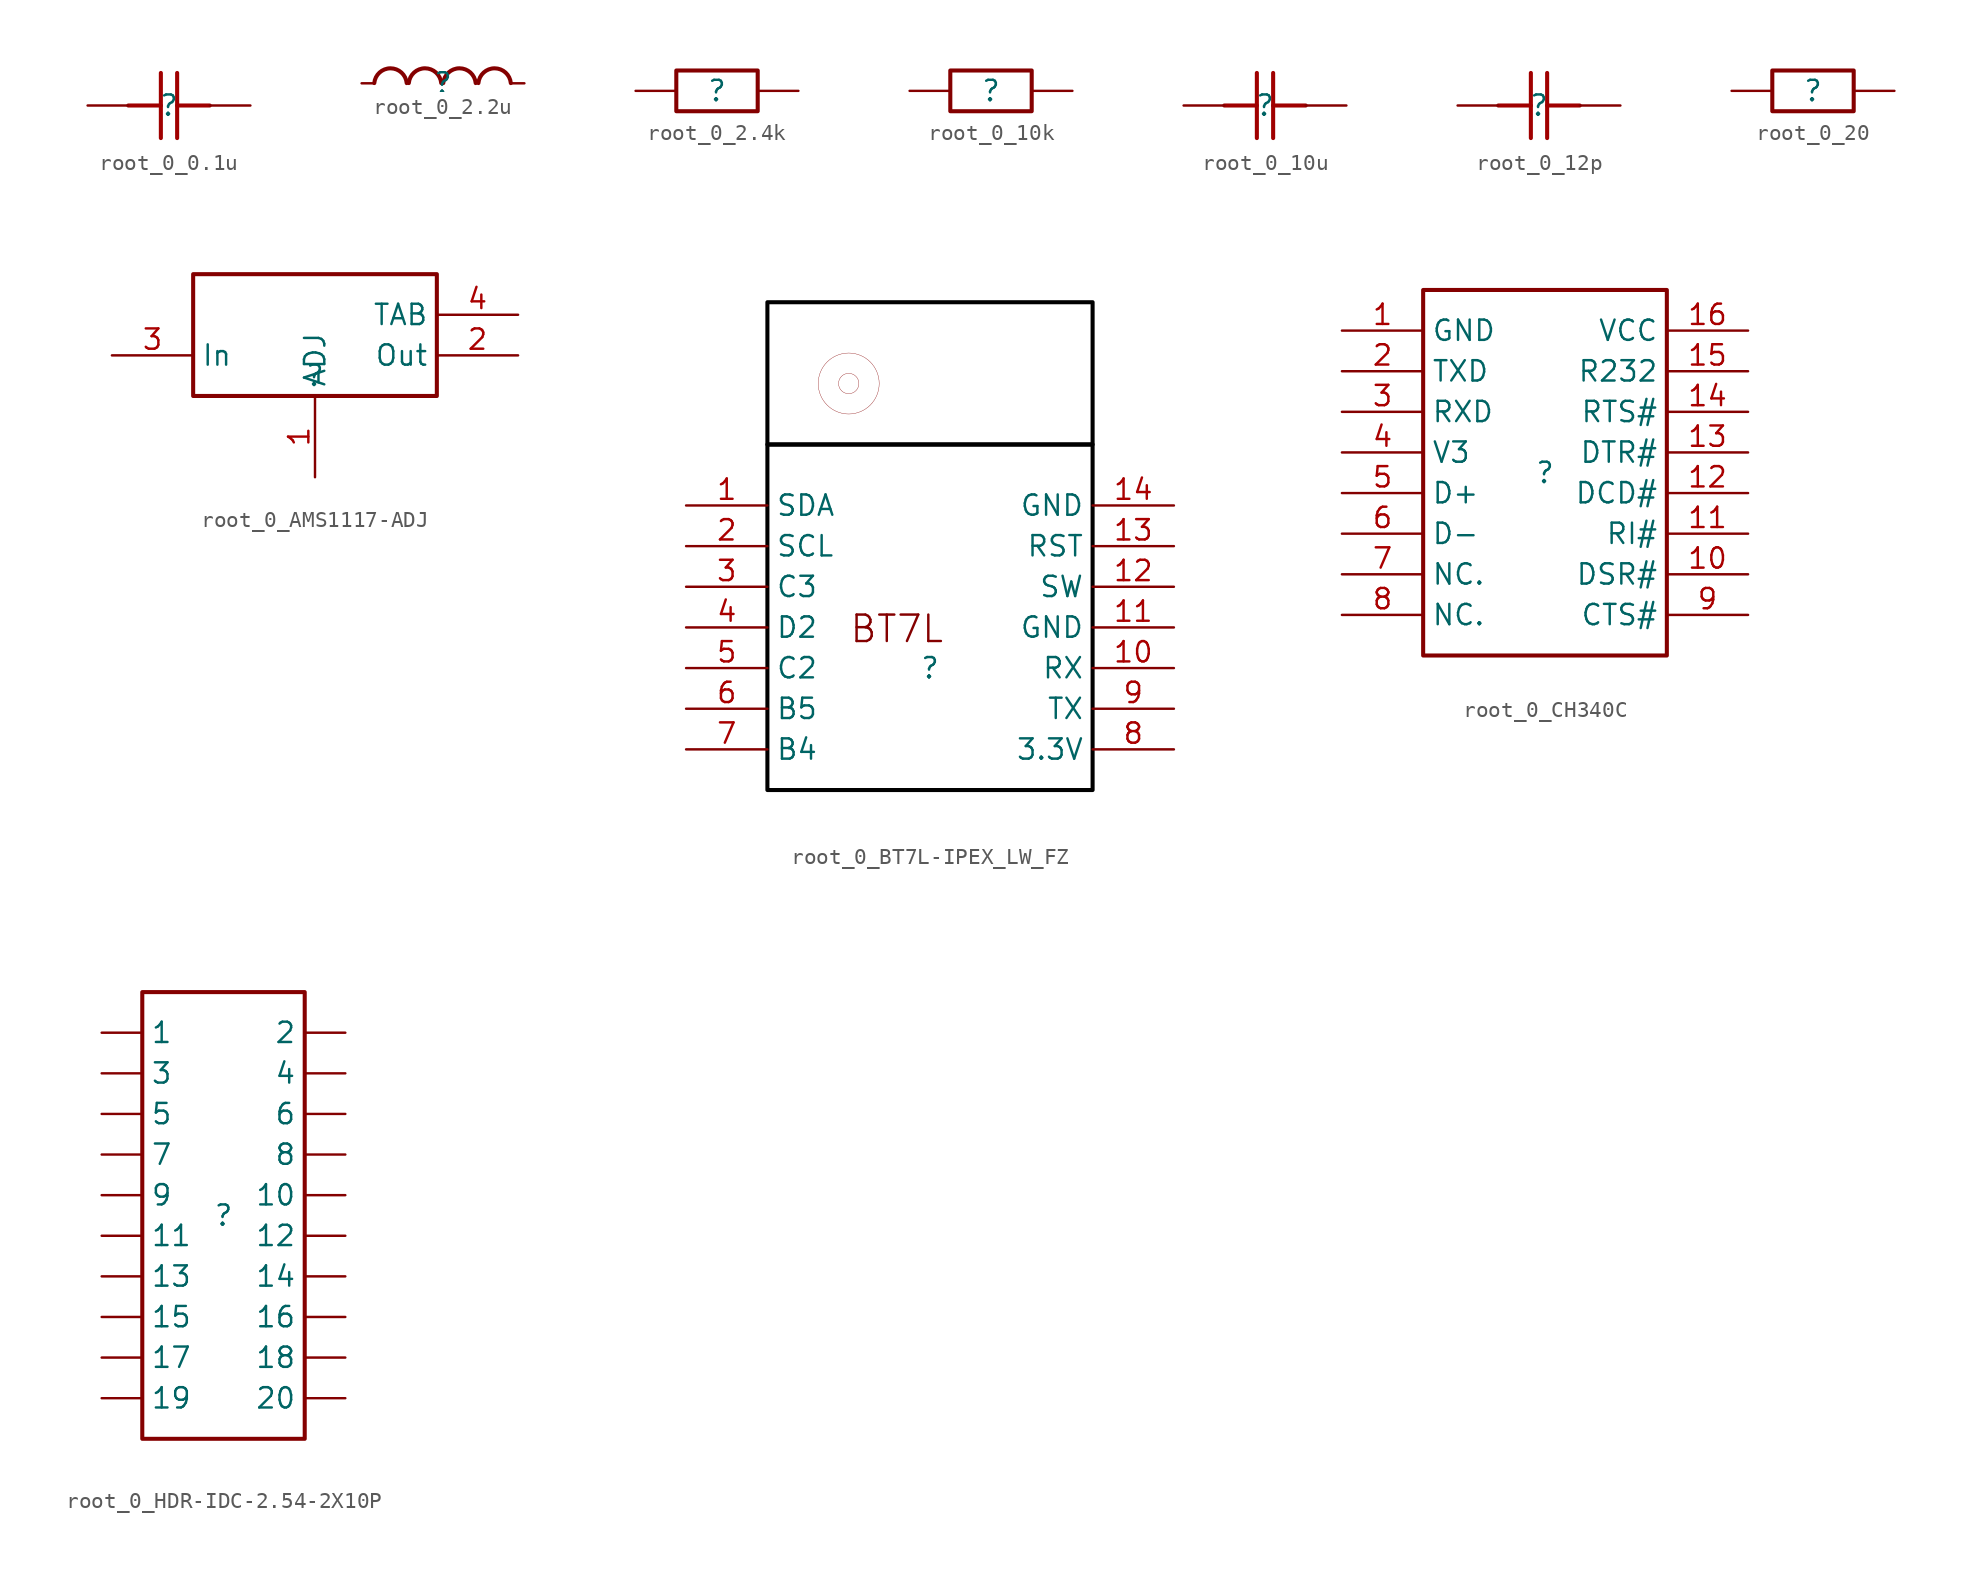
<source format=kicad_sym>
(kicad_symbol_lib
  (version 20220914)
  (generator kicad_symbol_editor)
  (symbol "root_0_0.1u"
    (property "Reference" ""
      (at 0 0 0)
      (effects (font (size 1.27 1.27))))
    (property "Value" ""
      (at 0 0 0)
      (effects (font (size 1.27 1.27))))
    (symbol "root_0_0.1u_1_0"
      (polyline (pts (xy -0.508 -2.032) (xy -0.508 2.032)) (stroke (width 0.254) (type solid) (color 160 0 0 1)) (fill (type none)))
      (polyline (pts (xy -0.508 0) (xy -2.54 0)) (stroke (width 0.254) (type solid) (color 160 0 0 1)) (fill (type none)))
      (polyline (pts (xy 0.508 2.032) (xy 0.508 -2.032)) (stroke (width 0.254) (type solid) (color 160 0 0 1)) (fill (type none)))
      (polyline (pts (xy 2.54 0) (xy 0.508 0)) (stroke (width 0.254) (type solid) (color 160 0 0 1)) (fill (type none)))
      (pin passive line (at -5.08 0 0) (length 2.54) (name "1" (effects (font (size 0 0)))) (number "1" (effects (font (size 0 0)))))
      (pin passive line (at 5.08 0 180) (length 2.54) (name "2" (effects (font (size 0 0)))) (number "2" (effects (font (size 0 0)))))))
  (symbol "root_0_2.2u"
    (property "Reference" ""
      (at 0 0 0)
      (effects (font (size 1.27 1.27))))
    (property "Value" ""
      (at 0 0 0)
      (effects (font (size 1.27 1.27))))
    (symbol "root_0_2.2u_1_0"
      (arc (start -2.2655 0.0135) (mid -3.2764 1.125) (end -4.2886 0.0146) (stroke (width 0.254) (type solid)) (fill (type none)))
      (arc (start -0.1105 0.0144) (mid -1.1213 1.126) (end -2.1336 0.0157) (stroke (width 0.254) (type solid)) (fill (type none)))
      (arc (start 2.0405 0.0144) (mid 1.0297 1.126) (end 0.0174 0.0157) (stroke (width 0.254) (type solid)) (fill (type none)))
      (arc (start 4.2325 0.0134) (mid 3.2217 1.125) (end 2.2094 0.0147) (stroke (width 0.254) (type solid)) (fill (type none)))
      (pin passive line (at -5.08 0 0) (length 0.762) (name "1" (effects (font (size 0 0)))) (number "1" (effects (font (size 0 0)))))
      (pin passive line (at 5.08 0 180) (length 0.762) (name "2" (effects (font (size 0 0)))) (number "2" (effects (font (size 0 0)))))))
  (symbol "root_0_2.4k"
    (property "Reference" ""
      (at 0 0 0)
      (effects (font (size 1.27 1.27))))
    (property "Value" ""
      (at 0 0 0)
      (effects (font (size 1.27 1.27))))
    (symbol "root_0_2.4k_1_0"
      (rectangle (start 2.54 1.27) (end -2.54 -1.27) (stroke (width 0.254) (type solid)) (fill (type none)))
      (pin passive line (at -5.08 0 0) (length 2.54) (name "1" (effects (font (size 0 0)))) (number "1" (effects (font (size 0 0)))))
      (pin passive line (at 5.08 0 180) (length 2.54) (name "2" (effects (font (size 0 0)))) (number "2" (effects (font (size 0 0)))))))
  (symbol "root_0_10k"
    (property "Reference" ""
      (at 0 0 0)
      (effects (font (size 1.27 1.27))))
    (property "Value" ""
      (at 0 0 0)
      (effects (font (size 1.27 1.27))))
    (symbol "root_0_10k_1_0"
      (rectangle (start 2.54 1.27) (end -2.54 -1.27) (stroke (width 0.254) (type solid)) (fill (type none)))
      (pin passive line (at -5.08 0 0) (length 2.54) (name "1" (effects (font (size 0 0)))) (number "1" (effects (font (size 0 0)))))
      (pin passive line (at 5.08 0 180) (length 2.54) (name "2" (effects (font (size 0 0)))) (number "2" (effects (font (size 0 0)))))))
  (symbol "root_0_10u"
    (property "Reference" ""
      (at 0 0 0)
      (effects (font (size 1.27 1.27))))
    (property "Value" ""
      (at 0 0 0)
      (effects (font (size 1.27 1.27))))
    (symbol "root_0_10u_1_0"
      (polyline (pts (xy -0.508 -2.032) (xy -0.508 2.032)) (stroke (width 0.254) (type solid) (color 160 0 0 1)) (fill (type none)))
      (polyline (pts (xy -0.508 0) (xy -2.54 0)) (stroke (width 0.254) (type solid) (color 160 0 0 1)) (fill (type none)))
      (polyline (pts (xy 0.508 2.032) (xy 0.508 -2.032)) (stroke (width 0.254) (type solid) (color 160 0 0 1)) (fill (type none)))
      (polyline (pts (xy 2.54 0) (xy 0.508 0)) (stroke (width 0.254) (type solid) (color 160 0 0 1)) (fill (type none)))
      (pin passive line (at -5.08 0 0) (length 2.54) (name "1" (effects (font (size 0 0)))) (number "1" (effects (font (size 0 0)))))
      (pin passive line (at 5.08 0 180) (length 2.54) (name "2" (effects (font (size 0 0)))) (number "2" (effects (font (size 0 0)))))))
  (symbol "root_0_12p"
    (property "Reference" ""
      (at 0 0 0)
      (effects (font (size 1.27 1.27))))
    (property "Value" ""
      (at 0 0 0)
      (effects (font (size 1.27 1.27))))
    (symbol "root_0_12p_1_0"
      (polyline (pts (xy -0.508 -2.032) (xy -0.508 2.032)) (stroke (width 0.254) (type solid) (color 160 0 0 1)) (fill (type none)))
      (polyline (pts (xy -0.508 0) (xy -2.54 0)) (stroke (width 0.254) (type solid) (color 160 0 0 1)) (fill (type none)))
      (polyline (pts (xy 0.508 2.032) (xy 0.508 -2.032)) (stroke (width 0.254) (type solid) (color 160 0 0 1)) (fill (type none)))
      (polyline (pts (xy 2.54 0) (xy 0.508 0)) (stroke (width 0.254) (type solid) (color 160 0 0 1)) (fill (type none)))
      (pin passive line (at -5.08 0 0) (length 2.54) (name "1" (effects (font (size 0 0)))) (number "1" (effects (font (size 0 0)))))
      (pin passive line (at 5.08 0 180) (length 2.54) (name "2" (effects (font (size 0 0)))) (number "2" (effects (font (size 0 0)))))))
  (symbol "root_0_20"
    (property "Reference" ""
      (at 0 0 0)
      (effects (font (size 1.27 1.27))))
    (property "Value" ""
      (at 0 0 0)
      (effects (font (size 1.27 1.27))))
    (symbol "root_0_20_1_0"
      (rectangle (start 2.54 1.27) (end -2.54 -1.27) (stroke (width 0.254) (type solid)) (fill (type none)))
      (pin passive line (at -5.08 0 0) (length 2.54) (name "1" (effects (font (size 0 0)))) (number "1" (effects (font (size 0 0)))))
      (pin passive line (at 5.08 0 180) (length 2.54) (name "2" (effects (font (size 0 0)))) (number "2" (effects (font (size 0 0)))))))
  (symbol "root_0_AMS1117-ADJ"
    (property "Reference" ""
      (at 0 0 0)
      (effects (font (size 1.27 1.27))))
    (property "Value" ""
      (at 0 0 0)
      (effects (font (size 1.27 1.27))))
    (symbol "root_0_AMS1117-ADJ_1_0"
      (rectangle (start 7.62 6.35) (end -7.62 -1.27) (stroke (width 0.254) (type solid)) (fill (type none)))
      (pin passive line (at 0 -6.35 90) (length 5.08) (name "ADJ" (effects (font (size 1.27 1.27)))) (number "1" (effects (font (size 1.27 1.27)))))
      (pin passive line (at 12.7 1.27 180) (length 5.08) (name "Out" (effects (font (size 1.27 1.27)))) (number "2" (effects (font (size 1.27 1.27)))))
      (pin passive line (at -12.7 1.27 0) (length 5.08) (name "In" (effects (font (size 1.27 1.27)))) (number "3" (effects (font (size 1.27 1.27)))))
      (pin passive line (at 12.7 3.81 180) (length 5.08) (name "TAB" (effects (font (size 1.27 1.27)))) (number "4" (effects (font (size 1.27 1.27)))))))
  (symbol "root_0_BT7L-IPEX_LW_FZ"
    (property "Reference" ""
      (at 0 0 0)
      (effects (font (size 1.27 1.27))))
    (property "Value" ""
      (at 0 0 0)
      (effects (font (size 1.27 1.27))))
    (symbol "root_0_BT7L-IPEX_LW_FZ_1_0"
      (circle (center -5.08 17.78) (radius 0.635) (stroke (width 0.0001) (type solid)) (fill (type none)))
      (circle (center -5.08 17.78) (radius 1.905) (stroke (width 0.0001) (type solid)) (fill (type none)))
      (polyline (pts (xy -10.16 13.97) (xy -10.16 22.86) (xy -10.16 22.86) (xy 10.16 22.86) (xy 10.16 22.86) (xy 10.16 13.97) (xy 10.16 13.97) (xy -10.16 13.97)) (stroke (width 0.254) (type solid) (color 0 0 0 1)) (fill (type none)))
      (polyline (pts (xy -10.16 13.97) (xy -10.16 -7.62) (xy -10.16 -7.62) (xy 10.16 -7.62) (xy 10.16 -7.62) (xy 10.16 13.97) (xy 10.16 13.97) (xy 1.27 13.97) (xy 1.27 13.97) (xy -10.16 13.97)) (stroke (width 0.254) (type solid) (color 0 0 0 1)) (fill (type none)))
      (text "BT7L" (at -5.08 1.482 0) (effects (font (size 1.651 1.651)) (justify left bottom)))
      (pin passive line (at -15.24 10.16 0) (length 5.08) (name "SDA" (effects (font (size 1.27 1.27)))) (number "1" (effects (font (size 1.27 1.27)))))
      (pin passive line (at 15.24 0 180) (length 5.08) (name "RX" (effects (font (size 1.27 1.27)))) (number "10" (effects (font (size 1.27 1.27)))))
      (pin passive line (at 15.24 2.54 180) (length 5.08) (name "GND" (effects (font (size 1.27 1.27)))) (number "11" (effects (font (size 1.27 1.27)))))
      (pin passive line (at 15.24 5.08 180) (length 5.08) (name "SW" (effects (font (size 1.27 1.27)))) (number "12" (effects (font (size 1.27 1.27)))))
      (pin passive line (at 15.24 7.62 180) (length 5.08) (name "RST" (effects (font (size 1.27 1.27)))) (number "13" (effects (font (size 1.27 1.27)))))
      (pin passive line (at 15.24 10.16 180) (length 5.08) (name "GND" (effects (font (size 1.27 1.27)))) (number "14" (effects (font (size 1.27 1.27)))))
      (pin passive line (at -15.24 7.62 0) (length 5.08) (name "SCL" (effects (font (size 1.27 1.27)))) (number "2" (effects (font (size 1.27 1.27)))))
      (pin passive line (at -15.24 5.08 0) (length 5.08) (name "C3" (effects (font (size 1.27 1.27)))) (number "3" (effects (font (size 1.27 1.27)))))
      (pin passive line (at -15.24 2.54 0) (length 5.08) (name "D2" (effects (font (size 1.27 1.27)))) (number "4" (effects (font (size 1.27 1.27)))))
      (pin passive line (at -15.24 0 0) (length 5.08) (name "C2" (effects (font (size 1.27 1.27)))) (number "5" (effects (font (size 1.27 1.27)))))
      (pin passive line (at -15.24 -2.54 0) (length 5.08) (name "B5" (effects (font (size 1.27 1.27)))) (number "6" (effects (font (size 1.27 1.27)))))
      (pin passive line (at -15.24 -5.08 0) (length 5.08) (name "B4" (effects (font (size 1.27 1.27)))) (number "7" (effects (font (size 1.27 1.27)))))
      (pin passive line (at 15.24 -5.08 180) (length 5.08) (name "3.3V" (effects (font (size 1.27 1.27)))) (number "8" (effects (font (size 1.27 1.27)))))
      (pin passive line (at 15.24 -2.54 180) (length 5.08) (name "TX" (effects (font (size 1.27 1.27)))) (number "9" (effects (font (size 1.27 1.27)))))))
  (symbol "root_0_CH340C"
    (property "Reference" ""
      (at 0 0 0)
      (effects (font (size 1.27 1.27))))
    (property "Value" ""
      (at 0 0 0)
      (effects (font (size 1.27 1.27))))
    (symbol "root_0_CH340C_1_0"
      (rectangle (start 7.62 11.43) (end -7.62 -11.43) (stroke (width 0.254) (type solid)) (fill (type none)))
      (pin passive line (at -12.7 8.89 0) (length 5.08) (name "GND" (effects (font (size 1.27 1.27)))) (number "1" (effects (font (size 1.27 1.27)))))
      (pin passive line (at 12.7 -6.35 180) (length 5.08) (name "DSR#" (effects (font (size 1.27 1.27)))) (number "10" (effects (font (size 1.27 1.27)))))
      (pin passive line (at 12.7 -3.81 180) (length 5.08) (name "RI#" (effects (font (size 1.27 1.27)))) (number "11" (effects (font (size 1.27 1.27)))))
      (pin passive line (at 12.7 -1.27 180) (length 5.08) (name "DCD#" (effects (font (size 1.27 1.27)))) (number "12" (effects (font (size 1.27 1.27)))))
      (pin passive line (at 12.7 1.27 180) (length 5.08) (name "DTR#" (effects (font (size 1.27 1.27)))) (number "13" (effects (font (size 1.27 1.27)))))
      (pin passive line (at 12.7 3.81 180) (length 5.08) (name "RTS#" (effects (font (size 1.27 1.27)))) (number "14" (effects (font (size 1.27 1.27)))))
      (pin passive line (at 12.7 6.35 180) (length 5.08) (name "R232" (effects (font (size 1.27 1.27)))) (number "15" (effects (font (size 1.27 1.27)))))
      (pin passive line (at 12.7 8.89 180) (length 5.08) (name "VCC" (effects (font (size 1.27 1.27)))) (number "16" (effects (font (size 1.27 1.27)))))
      (pin passive line (at -12.7 6.35 0) (length 5.08) (name "TXD" (effects (font (size 1.27 1.27)))) (number "2" (effects (font (size 1.27 1.27)))))
      (pin passive line (at -12.7 3.81 0) (length 5.08) (name "RXD" (effects (font (size 1.27 1.27)))) (number "3" (effects (font (size 1.27 1.27)))))
      (pin passive line (at -12.7 1.27 0) (length 5.08) (name "V3" (effects (font (size 1.27 1.27)))) (number "4" (effects (font (size 1.27 1.27)))))
      (pin passive line (at -12.7 -1.27 0) (length 5.08) (name "D+" (effects (font (size 1.27 1.27)))) (number "5" (effects (font (size 1.27 1.27)))))
      (pin passive line (at -12.7 -3.81 0) (length 5.08) (name "D-" (effects (font (size 1.27 1.27)))) (number "6" (effects (font (size 1.27 1.27)))))
      (pin passive line (at -12.7 -6.35 0) (length 5.08) (name "NC." (effects (font (size 1.27 1.27)))) (number "7" (effects (font (size 1.27 1.27)))))
      (pin passive line (at -12.7 -8.89 0) (length 5.08) (name "NC." (effects (font (size 1.27 1.27)))) (number "8" (effects (font (size 1.27 1.27)))))
      (pin passive line (at 12.7 -8.89 180) (length 5.08) (name "CTS#" (effects (font (size 1.27 1.27)))) (number "9" (effects (font (size 1.27 1.27)))))))
  (symbol "root_0_HDR-IDC-2.54-2X10P"
    (property "Reference" ""
      (at 0 0 0)
      (effects (font (size 1.27 1.27))))
    (property "Value" ""
      (at 0 0 0)
      (effects (font (size 1.27 1.27))))
    (symbol "root_0_HDR-IDC-2.54-2X10P_1_0"
      (rectangle (start 5.08 13.97) (end -5.08 -13.97) (stroke (width 0.254) (type solid)) (fill (type none)))
      (pin passive line (at -7.62 11.43 0) (length 2.54) (name "1" (effects (font (size 1.27 1.27)))) (number "1" (effects (font (size 0 0)))))
      (pin passive line (at 7.62 1.27 180) (length 2.54) (name "10" (effects (font (size 1.27 1.27)))) (number "10" (effects (font (size 0 0)))))
      (pin passive line (at -7.62 -1.27 0) (length 2.54) (name "11" (effects (font (size 1.27 1.27)))) (number "11" (effects (font (size 0 0)))))
      (pin passive line (at 7.62 -1.27 180) (length 2.54) (name "12" (effects (font (size 1.27 1.27)))) (number "12" (effects (font (size 0 0)))))
      (pin passive line (at -7.62 -3.81 0) (length 2.54) (name "13" (effects (font (size 1.27 1.27)))) (number "13" (effects (font (size 0 0)))))
      (pin passive line (at 7.62 -3.81 180) (length 2.54) (name "14" (effects (font (size 1.27 1.27)))) (number "14" (effects (font (size 0 0)))))
      (pin passive line (at -7.62 -6.35 0) (length 2.54) (name "15" (effects (font (size 1.27 1.27)))) (number "15" (effects (font (size 0 0)))))
      (pin passive line (at 7.62 -6.35 180) (length 2.54) (name "16" (effects (font (size 1.27 1.27)))) (number "16" (effects (font (size 0 0)))))
      (pin passive line (at -7.62 -8.89 0) (length 2.54) (name "17" (effects (font (size 1.27 1.27)))) (number "17" (effects (font (size 0 0)))))
      (pin passive line (at 7.62 -8.89 180) (length 2.54) (name "18" (effects (font (size 1.27 1.27)))) (number "18" (effects (font (size 0 0)))))
      (pin passive line (at -7.62 -11.43 0) (length 2.54) (name "19" (effects (font (size 1.27 1.27)))) (number "19" (effects (font (size 0 0)))))
      (pin passive line (at 7.62 11.43 180) (length 2.54) (name "2" (effects (font (size 1.27 1.27)))) (number "2" (effects (font (size 0 0)))))
      (pin passive line (at 7.62 -11.43 180) (length 2.54) (name "20" (effects (font (size 1.27 1.27)))) (number "20" (effects (font (size 0 0)))))
      (pin passive line (at -7.62 8.89 0) (length 2.54) (name "3" (effects (font (size 1.27 1.27)))) (number "3" (effects (font (size 0 0)))))
      (pin passive line (at 7.62 8.89 180) (length 2.54) (name "4" (effects (font (size 1.27 1.27)))) (number "4" (effects (font (size 0 0)))))
      (pin passive line (at -7.62 6.35 0) (length 2.54) (name "5" (effects (font (size 1.27 1.27)))) (number "5" (effects (font (size 0 0)))))
      (pin passive line (at 7.62 6.35 180) (length 2.54) (name "6" (effects (font (size 1.27 1.27)))) (number "6" (effects (font (size 0 0)))))
      (pin passive line (at -7.62 3.81 0) (length 2.54) (name "7" (effects (font (size 1.27 1.27)))) (number "7" (effects (font (size 0 0)))))
      (pin passive line (at 7.62 3.81 180) (length 2.54) (name "8" (effects (font (size 1.27 1.27)))) (number "8" (effects (font (size 0 0)))))
      (pin passive line (at -7.62 1.27 0) (length 2.54) (name "9" (effects (font (size 1.27 1.27)))) (number "9" (effects (font (size 0 0))))))))
</source>
